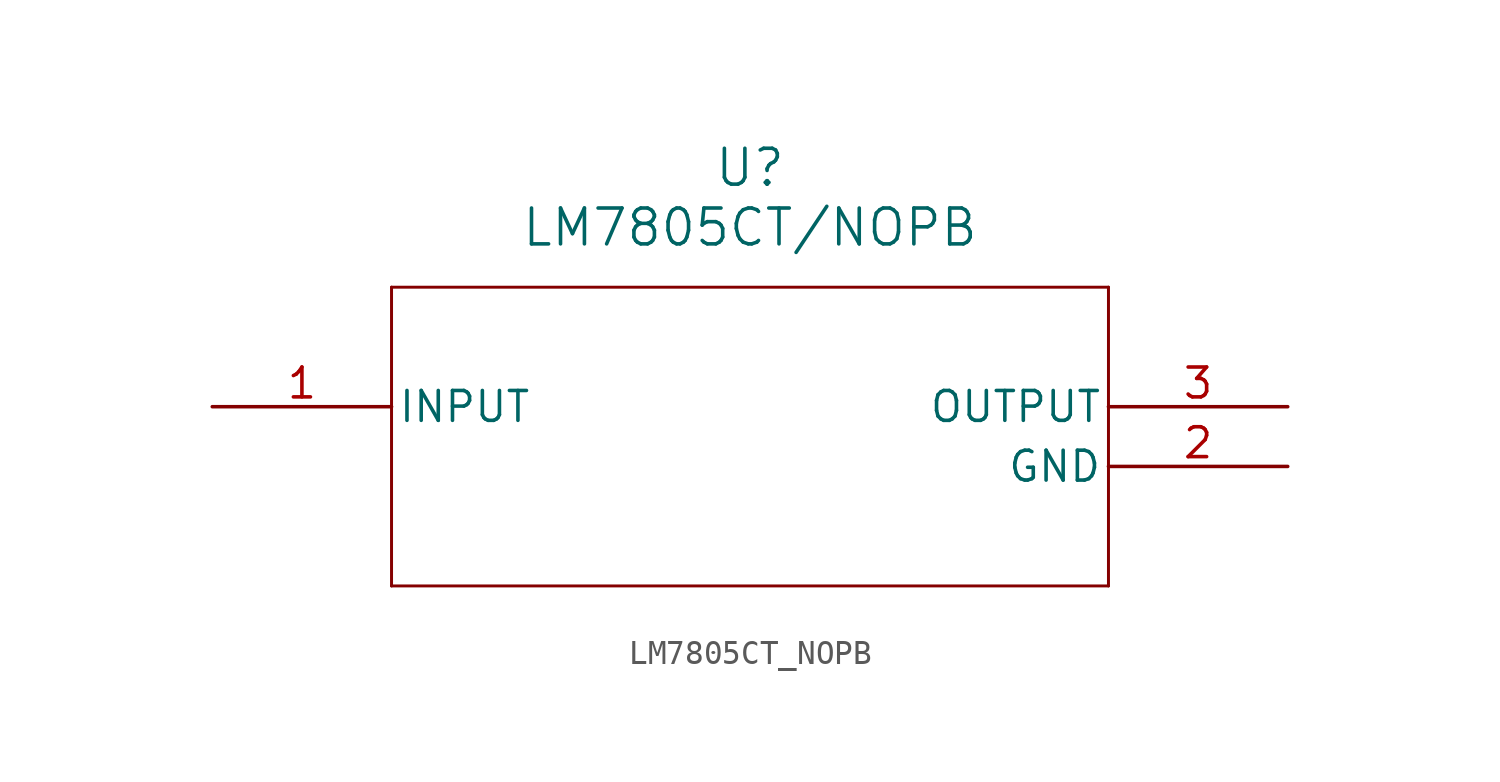
<source format=kicad_sym>
(kicad_symbol_lib
  (version 20211014)
  (generator kicad_symbol_editor)
  (symbol "LM7805CT_NOPB"
    (pin_names
      (offset 0.254))
    (property "Reference" "U"
      (at 22.86 10.16 0)
      (effects (font (size 1.524 1.524))))
    (property "Value" "LM7805CT/NOPB"
      (at 22.86 7.62 0)
      (effects (font (size 1.524 1.524))))
    (symbol "LM7805CT_NOPB_0_1"
      (polyline (pts (xy 7.62 5.08) (xy 7.62 -7.62)) (stroke (width 0.127) (type default) (color 0 0 0 0)) (fill (type none)))
      (polyline (pts (xy 7.62 -7.62) (xy 38.1 -7.62)) (stroke (width 0.127) (type default) (color 0 0 0 0)) (fill (type none)))
      (polyline (pts (xy 38.1 -7.62) (xy 38.1 5.08)) (stroke (width 0.127) (type default) (color 0 0 0 0)) (fill (type none)))
      (polyline (pts (xy 38.1 5.08) (xy 7.62 5.08)) (stroke (width 0.127) (type default) (color 0 0 0 0)) (fill (type none)))
      (pin input line (at 0 0 0) (length 7.62) (name "INPUT" (effects (font (size 1.27 1.27)))) (number "1" (effects (font (size 1.27 1.27)))))
      (pin power_in line (at 45.72 -2.54 180) (length 7.62) (name "GND" (effects (font (size 1.27 1.27)))) (number "2" (effects (font (size 1.27 1.27)))))
      (pin output line (at 45.72 0 180) (length 7.62) (name "OUTPUT" (effects (font (size 1.27 1.27)))) (number "3" (effects (font (size 1.27 1.27))))))))
</source>
